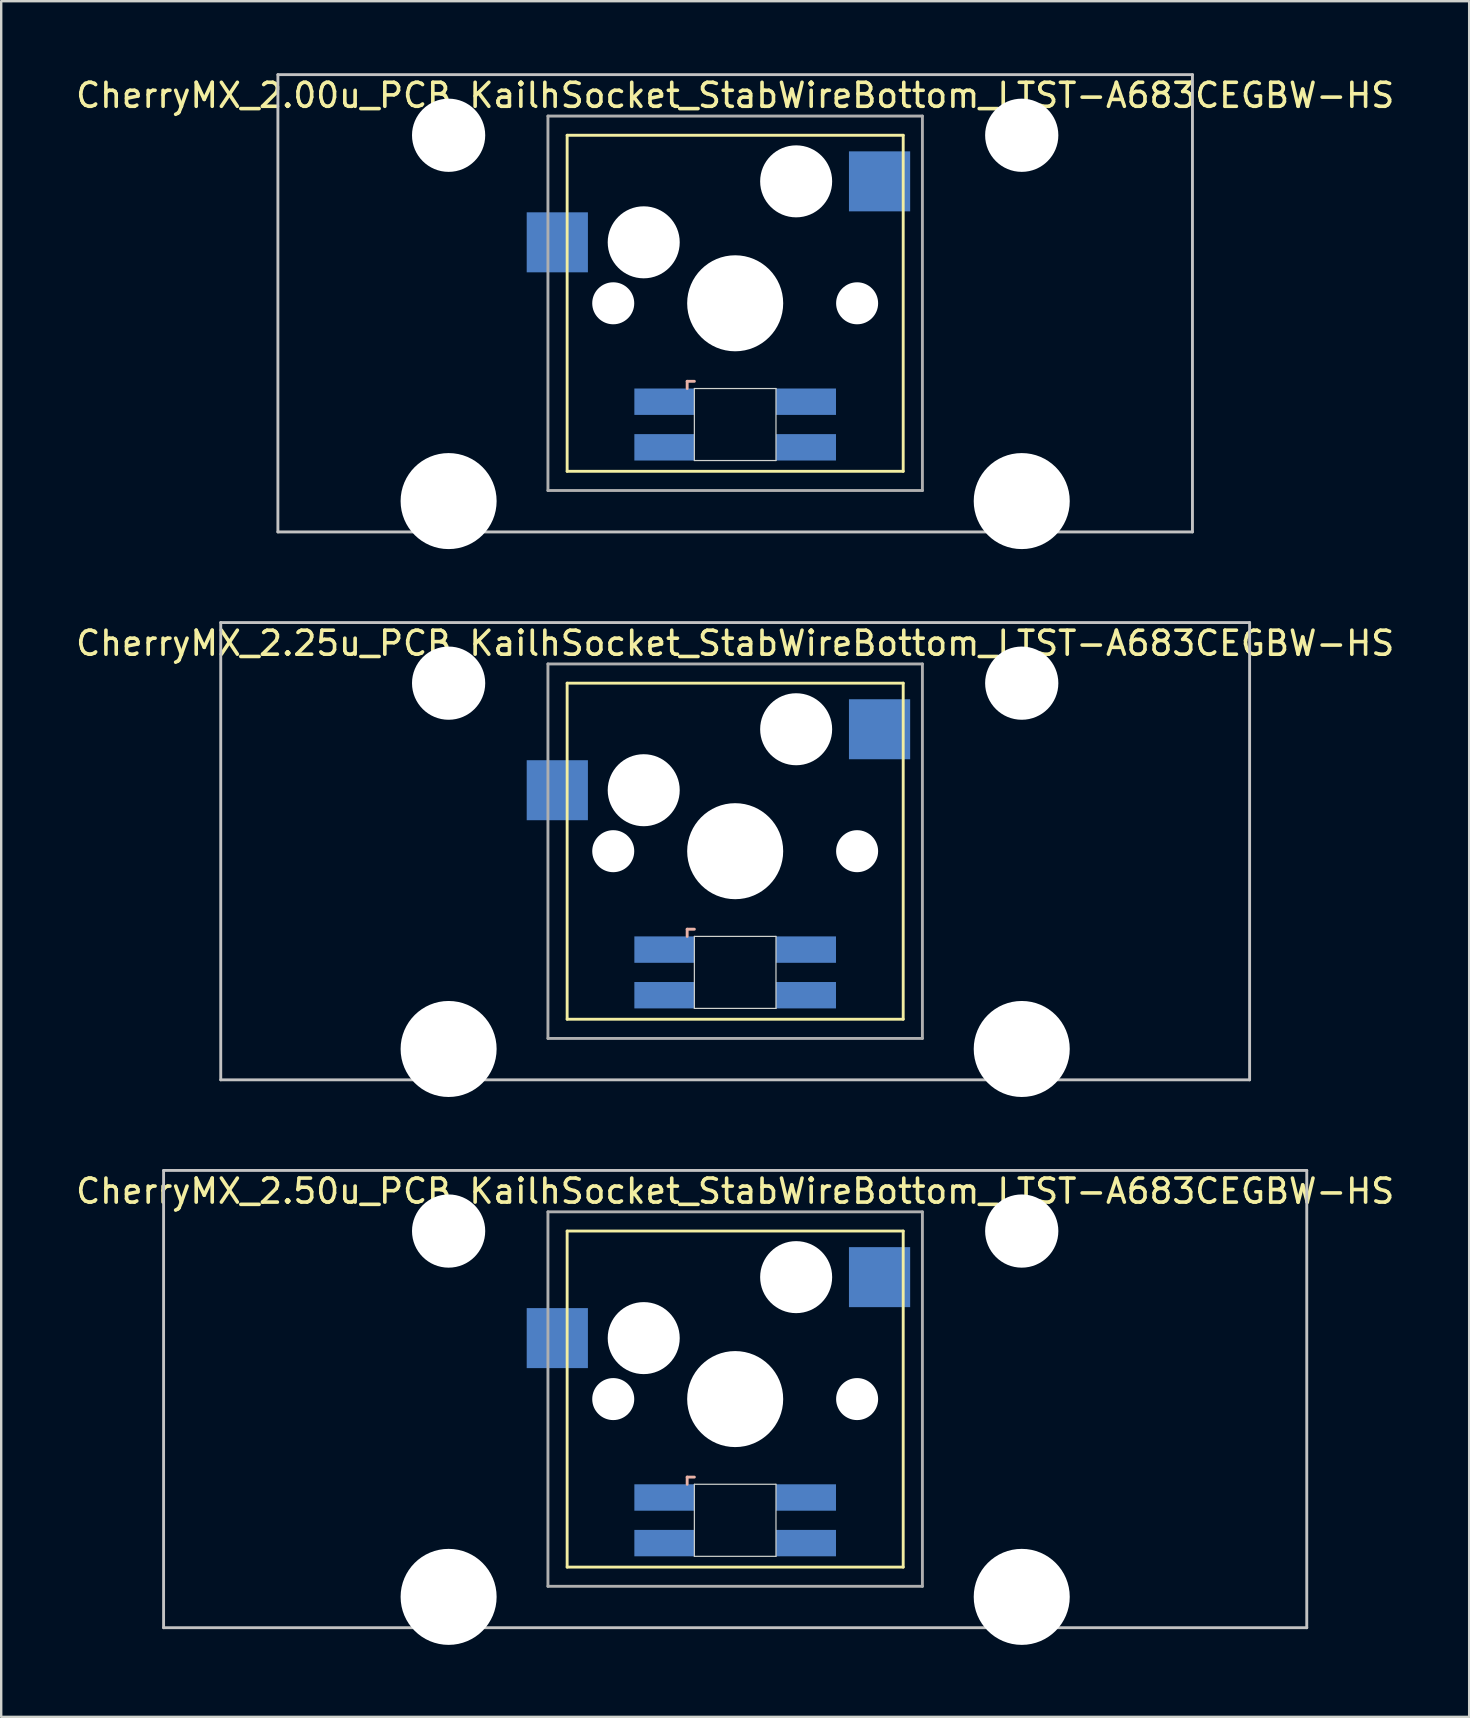
<source format=kicad_pcb>
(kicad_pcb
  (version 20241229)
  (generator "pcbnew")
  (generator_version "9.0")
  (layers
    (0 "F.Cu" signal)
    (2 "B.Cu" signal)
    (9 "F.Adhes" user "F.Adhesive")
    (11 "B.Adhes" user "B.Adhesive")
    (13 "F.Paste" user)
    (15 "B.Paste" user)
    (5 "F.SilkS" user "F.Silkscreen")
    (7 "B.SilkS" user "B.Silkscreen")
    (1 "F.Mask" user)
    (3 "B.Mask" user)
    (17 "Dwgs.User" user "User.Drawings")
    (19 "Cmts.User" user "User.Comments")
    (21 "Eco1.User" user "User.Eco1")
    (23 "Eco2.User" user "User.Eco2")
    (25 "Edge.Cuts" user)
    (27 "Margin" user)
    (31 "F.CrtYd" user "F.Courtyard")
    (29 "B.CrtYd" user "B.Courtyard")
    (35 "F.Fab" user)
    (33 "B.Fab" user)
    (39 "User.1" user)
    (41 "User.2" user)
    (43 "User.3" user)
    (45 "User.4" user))
  (footprint "CherryMX_2.00u_PCB_KailhSocket_StabWireBottom_LTST-A683CEGBW-HS"
    (layer "F.Cu")
    (at 27.577 9.585)
    (property "Reference" "CherryMX_2.00u_PCB_KailhSocket_StabWireBottom_LTST-A683CEGBW-HS" (at 0 -8.662 0) (layer "F.SilkS") (effects (font (size 1 1) (thickness 0.15))))
    (attr through_hole)
    (fp_line (start -7 -7) (end -7 7) (stroke (width 0.12) (type solid)) (layer "F.SilkS"))
    (fp_line (start -7 -7) (end 7 -7) (stroke (width 0.12) (type solid)) (layer "F.SilkS"))
    (fp_line (start 7 -7) (end 7 7) (stroke (width 0.12) (type solid)) (layer "F.SilkS"))
    (fp_line (start 7 7) (end -7 7) (stroke (width 0.12) (type solid)) (layer "F.SilkS"))
    (fp_line (start -2 3.25) (end -2 3.55) (stroke (width 0.12) (type solid)) (layer "B.SilkS"))
    (fp_line (start -1.7 3.25) (end -2 3.25) (stroke (width 0.12) (type solid)) (layer "B.SilkS"))
    (fp_line (start -19.05 -9.525) (end 19.05 -9.525) (stroke (width 0.12) (type solid)) (layer "Dwgs.User"))
    (fp_line (start -19.05 9.525) (end -19.05 -9.525) (stroke (width 0.12) (type solid)) (layer "Dwgs.User"))
    (fp_line (start 19.05 -9.525) (end 19.05 9.525) (stroke (width 0.12) (type solid)) (layer "Dwgs.User"))
    (fp_line (start 19.05 9.525) (end -19.05 9.525) (stroke (width 0.12) (type solid)) (layer "Dwgs.User"))
    (fp_line (start -1.7 3.55) (end 1.7 3.55) (stroke (width 0.05) (type solid)) (layer "Edge.Cuts"))
    (fp_line (start -1.7 6.55) (end -1.7 3.55) (stroke (width 0.05) (type solid)) (layer "Edge.Cuts"))
    (fp_line (start 1.7 3.55) (end 1.7 6.55) (stroke (width 0.05) (type solid)) (layer "Edge.Cuts"))
    (fp_line (start 1.7 6.55) (end -1.7 6.55) (stroke (width 0.05) (type solid)) (layer "Edge.Cuts"))
    (fp_line (start -7.8 -7.8) (end -7.8 7.8) (stroke (width 0.12) (type solid)) (layer "F.Fab"))
    (fp_line (start -7.8 -7.8) (end 7.8 -7.8) (stroke (width 0.12) (type solid)) (layer "F.Fab"))
    (fp_line (start -7.8 7.8) (end 7.8 7.8) (stroke (width 0.12) (type solid)) (layer "F.Fab"))
    (fp_line (start 7.8 -7.8) (end 7.8 7.8) (stroke (width 0.12) (type solid)) (layer "F.Fab"))
    (pad "" np_thru_hole circle (at -11.938 -7) (size 3.05 3.05) (drill 3.05) (layers "*.Cu" "*.Mask"))
    (pad "" np_thru_hole circle (at -11.938 8.24) (size 4 4) (drill 4) (layers "*.Cu" "*.Mask"))
    (pad "" np_thru_hole circle (at -5.08 0) (size 1.75 1.75) (drill 1.75) (layers "*.Cu" "*.Mask"))
    (pad "" np_thru_hole circle (at -3.81 -2.54) (size 3 3) (drill 3) (layers "*.Cu" "*.Mask"))
    (pad "" np_thru_hole circle (at 0 0) (size 4 4) (drill 4) (layers "*.Cu" "*.Mask"))
    (pad "" np_thru_hole circle (at 2.54 -5.08) (size 3 3) (drill 3) (layers "*.Cu" "*.Mask"))
    (pad "" np_thru_hole circle (at 5.08 0) (size 1.75 1.75) (drill 1.75) (layers "*.Cu" "*.Mask"))
    (pad "" np_thru_hole circle (at 11.938 -7) (size 3.05 3.05) (drill 3.05) (layers "*.Cu" "*.Mask"))
    (pad "" np_thru_hole circle (at 11.938 8.24) (size 4 4) (drill 4) (layers "*.Cu" "*.Mask"))
    (pad "1" smd rect (at -7.41 -2.54) (size 2.55 2.5) (layers "B.Cu" "B.Mask" "B.Paste"))
    (pad "2" smd rect (at 6.015 -5.08) (size 2.55 2.5) (layers "B.Cu" "B.Mask" "B.Paste"))
    (pad "3" smd rect (at -2.95 4.1) (size 2.5 1.1) (layers "B.Cu" "B.Mask" "B.Paste"))
    (pad "4" smd rect (at -2.95 6) (size 2.5 1.1) (layers "B.Cu" "B.Mask" "B.Paste"))
    (pad "5" smd rect (at 2.95 4.1) (size 2.5 1.1) (layers "B.Cu" "B.Mask" "B.Paste"))
    (pad "6" smd rect (at 2.95 6) (size 2.5 1.1) (layers "B.Cu" "B.Mask" "B.Paste")))
  (footprint "CherryMX_2.50u_PCB_KailhSocket_StabWireBottom_LTST-A683CEGBW-HS"
    (layer "F.Cu")
    (at 27.577 55.235)
    (property "Reference" "CherryMX_2.50u_PCB_KailhSocket_StabWireBottom_LTST-A683CEGBW-HS" (at 0 -8.662 0) (layer "F.SilkS") (effects (font (size 1 1) (thickness 0.15))))
    (attr through_hole)
    (fp_line (start -7 -7) (end -7 7) (stroke (width 0.12) (type solid)) (layer "F.SilkS"))
    (fp_line (start -7 -7) (end 7 -7) (stroke (width 0.12) (type solid)) (layer "F.SilkS"))
    (fp_line (start 7 -7) (end 7 7) (stroke (width 0.12) (type solid)) (layer "F.SilkS"))
    (fp_line (start 7 7) (end -7 7) (stroke (width 0.12) (type solid)) (layer "F.SilkS"))
    (fp_line (start -2 3.25) (end -2 3.55) (stroke (width 0.12) (type solid)) (layer "B.SilkS"))
    (fp_line (start -1.7 3.25) (end -2 3.25) (stroke (width 0.12) (type solid)) (layer "B.SilkS"))
    (fp_line (start -23.812 -9.525) (end 23.812 -9.525) (stroke (width 0.12) (type solid)) (layer "Dwgs.User"))
    (fp_line (start -23.812 9.525) (end -23.812 -9.525) (stroke (width 0.12) (type solid)) (layer "Dwgs.User"))
    (fp_line (start 23.812 -9.525) (end 23.812 9.525) (stroke (width 0.12) (type solid)) (layer "Dwgs.User"))
    (fp_line (start 23.812 9.525) (end -23.812 9.525) (stroke (width 0.12) (type solid)) (layer "Dwgs.User"))
    (fp_line (start -1.7 3.55) (end 1.7 3.55) (stroke (width 0.05) (type solid)) (layer "Edge.Cuts"))
    (fp_line (start -1.7 6.55) (end -1.7 3.55) (stroke (width 0.05) (type solid)) (layer "Edge.Cuts"))
    (fp_line (start 1.7 3.55) (end 1.7 6.55) (stroke (width 0.05) (type solid)) (layer "Edge.Cuts"))
    (fp_line (start 1.7 6.55) (end -1.7 6.55) (stroke (width 0.05) (type solid)) (layer "Edge.Cuts"))
    (fp_line (start -7.8 -7.8) (end -7.8 7.8) (stroke (width 0.12) (type solid)) (layer "F.Fab"))
    (fp_line (start -7.8 -7.8) (end 7.8 -7.8) (stroke (width 0.12) (type solid)) (layer "F.Fab"))
    (fp_line (start -7.8 7.8) (end 7.8 7.8) (stroke (width 0.12) (type solid)) (layer "F.Fab"))
    (fp_line (start 7.8 -7.8) (end 7.8 7.8) (stroke (width 0.12) (type solid)) (layer "F.Fab"))
    (pad "" np_thru_hole circle (at -11.938 -7) (size 3.05 3.05) (drill 3.05) (layers "*.Cu" "*.Mask"))
    (pad "" np_thru_hole circle (at -11.938 8.24) (size 4 4) (drill 4) (layers "*.Cu" "*.Mask"))
    (pad "" np_thru_hole circle (at -5.08 0) (size 1.75 1.75) (drill 1.75) (layers "*.Cu" "*.Mask"))
    (pad "" np_thru_hole circle (at -3.81 -2.54) (size 3 3) (drill 3) (layers "*.Cu" "*.Mask"))
    (pad "" np_thru_hole circle (at 0 0) (size 4 4) (drill 4) (layers "*.Cu" "*.Mask"))
    (pad "" np_thru_hole circle (at 2.54 -5.08) (size 3 3) (drill 3) (layers "*.Cu" "*.Mask"))
    (pad "" np_thru_hole circle (at 5.08 0) (size 1.75 1.75) (drill 1.75) (layers "*.Cu" "*.Mask"))
    (pad "" np_thru_hole circle (at 11.938 -7) (size 3.05 3.05) (drill 3.05) (layers "*.Cu" "*.Mask"))
    (pad "" np_thru_hole circle (at 11.938 8.24) (size 4 4) (drill 4) (layers "*.Cu" "*.Mask"))
    (pad "1" smd rect (at -7.41 -2.54) (size 2.55 2.5) (layers "B.Cu" "B.Mask" "B.Paste"))
    (pad "2" smd rect (at 6.015 -5.08) (size 2.55 2.5) (layers "B.Cu" "B.Mask" "B.Paste"))
    (pad "3" smd rect (at -2.95 4.1) (size 2.5 1.1) (layers "B.Cu" "B.Mask" "B.Paste"))
    (pad "4" smd rect (at -2.95 6) (size 2.5 1.1) (layers "B.Cu" "B.Mask" "B.Paste"))
    (pad "5" smd rect (at 2.95 4.1) (size 2.5 1.1) (layers "B.Cu" "B.Mask" "B.Paste"))
    (pad "6" smd rect (at 2.95 6) (size 2.5 1.1) (layers "B.Cu" "B.Mask" "B.Paste")))
  (footprint "CherryMX_2.25u_PCB_KailhSocket_StabWireBottom_LTST-A683CEGBW-HS"
    (layer "F.Cu")
    (at 27.577 32.41)
    (property "Reference" "CherryMX_2.25u_PCB_KailhSocket_StabWireBottom_LTST-A683CEGBW-HS" (at 0 -8.662 0) (layer "F.SilkS") (effects (font (size 1 1) (thickness 0.15))))
    (attr through_hole)
    (fp_line (start -7 -7) (end -7 7) (stroke (width 0.12) (type solid)) (layer "F.SilkS"))
    (fp_line (start -7 -7) (end 7 -7) (stroke (width 0.12) (type solid)) (layer "F.SilkS"))
    (fp_line (start 7 -7) (end 7 7) (stroke (width 0.12) (type solid)) (layer "F.SilkS"))
    (fp_line (start 7 7) (end -7 7) (stroke (width 0.12) (type solid)) (layer "F.SilkS"))
    (fp_line (start -2 3.25) (end -2 3.55) (stroke (width 0.12) (type solid)) (layer "B.SilkS"))
    (fp_line (start -1.7 3.25) (end -2 3.25) (stroke (width 0.12) (type solid)) (layer "B.SilkS"))
    (fp_line (start -21.431 -9.525) (end 21.431 -9.525) (stroke (width 0.12) (type solid)) (layer "Dwgs.User"))
    (fp_line (start -21.431 9.525) (end -21.431 -9.525) (stroke (width 0.12) (type solid)) (layer "Dwgs.User"))
    (fp_line (start 21.431 -9.525) (end 21.431 9.525) (stroke (width 0.12) (type solid)) (layer "Dwgs.User"))
    (fp_line (start 21.431 9.525) (end -21.431 9.525) (stroke (width 0.12) (type solid)) (layer "Dwgs.User"))
    (fp_line (start -1.7 3.55) (end 1.7 3.55) (stroke (width 0.05) (type solid)) (layer "Edge.Cuts"))
    (fp_line (start -1.7 6.55) (end -1.7 3.55) (stroke (width 0.05) (type solid)) (layer "Edge.Cuts"))
    (fp_line (start 1.7 3.55) (end 1.7 6.55) (stroke (width 0.05) (type solid)) (layer "Edge.Cuts"))
    (fp_line (start 1.7 6.55) (end -1.7 6.55) (stroke (width 0.05) (type solid)) (layer "Edge.Cuts"))
    (fp_line (start -7.8 -7.8) (end -7.8 7.8) (stroke (width 0.12) (type solid)) (layer "F.Fab"))
    (fp_line (start -7.8 -7.8) (end 7.8 -7.8) (stroke (width 0.12) (type solid)) (layer "F.Fab"))
    (fp_line (start -7.8 7.8) (end 7.8 7.8) (stroke (width 0.12) (type solid)) (layer "F.Fab"))
    (fp_line (start 7.8 -7.8) (end 7.8 7.8) (stroke (width 0.12) (type solid)) (layer "F.Fab"))
    (pad "" np_thru_hole circle (at -11.938 -7) (size 3.05 3.05) (drill 3.05) (layers "*.Cu" "*.Mask"))
    (pad "" np_thru_hole circle (at -11.938 8.24) (size 4 4) (drill 4) (layers "*.Cu" "*.Mask"))
    (pad "" np_thru_hole circle (at -5.08 0) (size 1.75 1.75) (drill 1.75) (layers "*.Cu" "*.Mask"))
    (pad "" np_thru_hole circle (at -3.81 -2.54) (size 3 3) (drill 3) (layers "*.Cu" "*.Mask"))
    (pad "" np_thru_hole circle (at 0 0) (size 4 4) (drill 4) (layers "*.Cu" "*.Mask"))
    (pad "" np_thru_hole circle (at 2.54 -5.08) (size 3 3) (drill 3) (layers "*.Cu" "*.Mask"))
    (pad "" np_thru_hole circle (at 5.08 0) (size 1.75 1.75) (drill 1.75) (layers "*.Cu" "*.Mask"))
    (pad "" np_thru_hole circle (at 11.938 -7) (size 3.05 3.05) (drill 3.05) (layers "*.Cu" "*.Mask"))
    (pad "" np_thru_hole circle (at 11.938 8.24) (size 4 4) (drill 4) (layers "*.Cu" "*.Mask"))
    (pad "1" smd rect (at -7.41 -2.54) (size 2.55 2.5) (layers "B.Cu" "B.Mask" "B.Paste"))
    (pad "2" smd rect (at 6.015 -5.08) (size 2.55 2.5) (layers "B.Cu" "B.Mask" "B.Paste"))
    (pad "3" smd rect (at -2.95 4.1) (size 2.5 1.1) (layers "B.Cu" "B.Mask" "B.Paste"))
    (pad "4" smd rect (at -2.95 6) (size 2.5 1.1) (layers "B.Cu" "B.Mask" "B.Paste"))
    (pad "5" smd rect (at 2.95 4.1) (size 2.5 1.1) (layers "B.Cu" "B.Mask" "B.Paste"))
    (pad "6" smd rect (at 2.95 6) (size 2.5 1.1) (layers "B.Cu" "B.Mask" "B.Paste")))
  (gr_rect
    (start -3 -3)
    (end 58.155 68.475)
    (stroke (width 0.1) (type default))
    (fill no)
    (layer "Edge.Cuts")))
</source>
